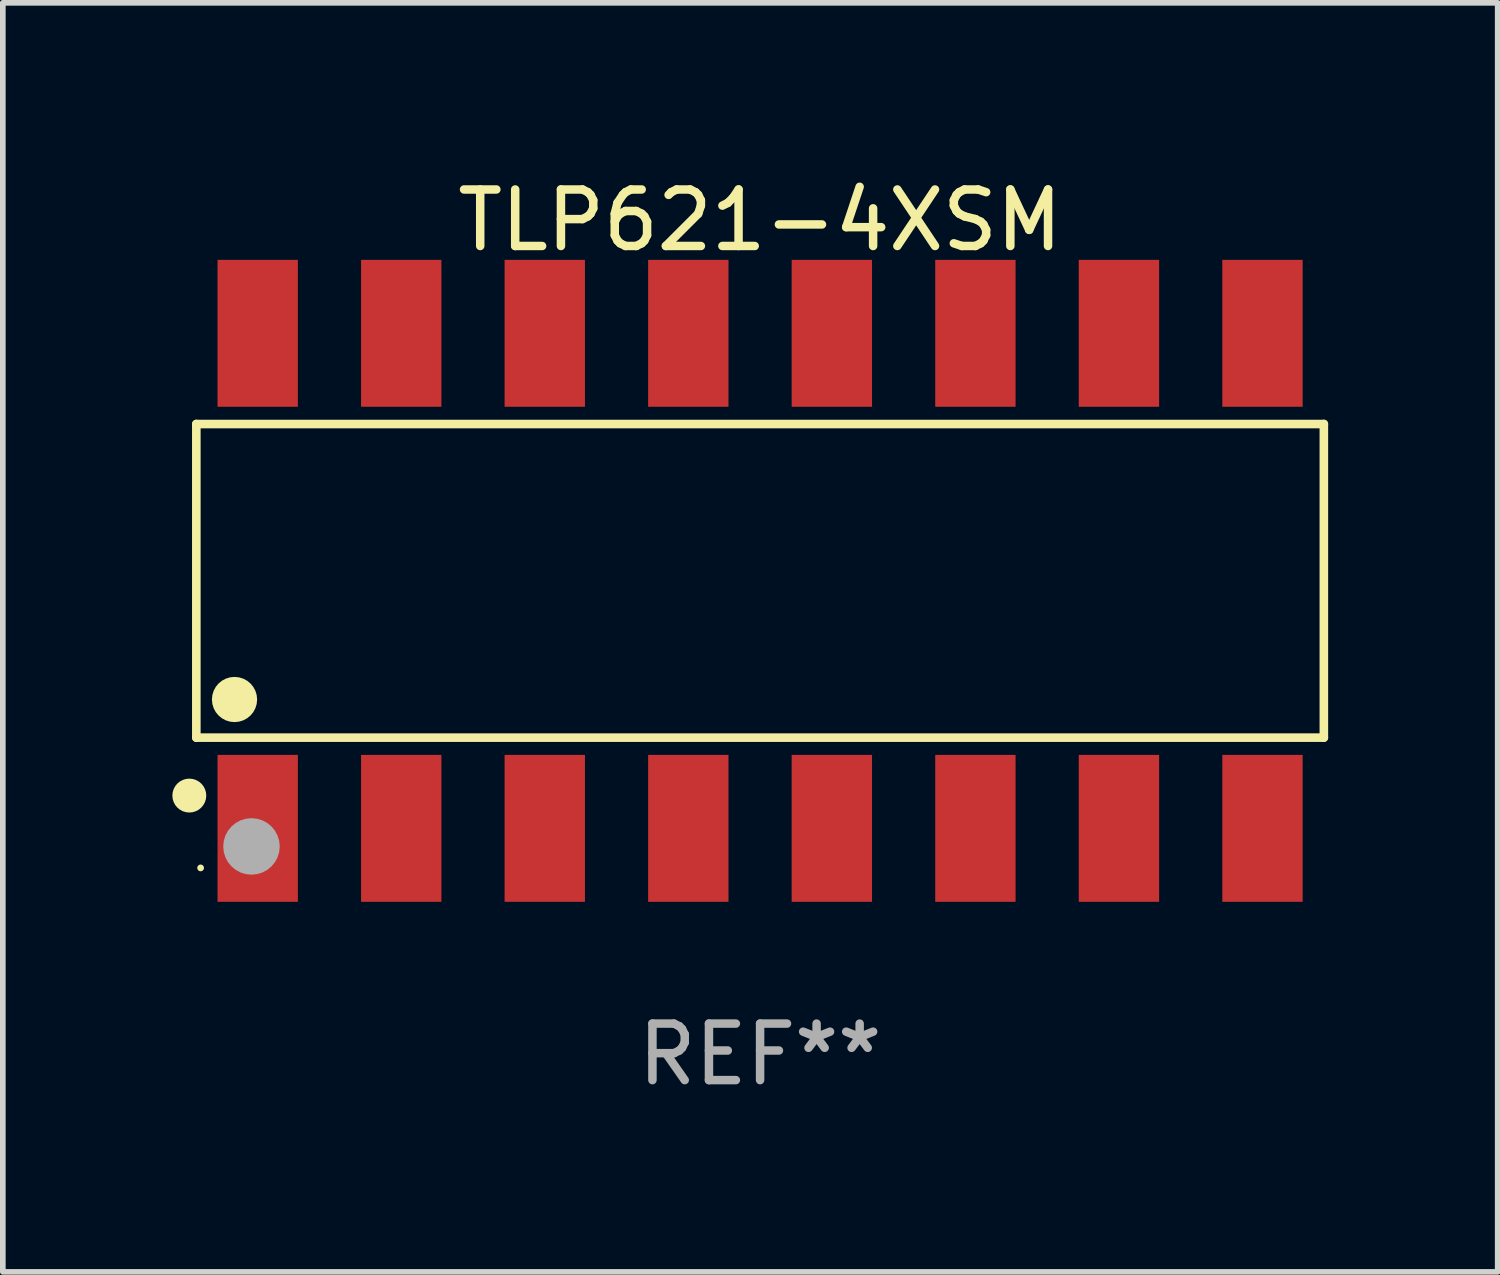
<source format=kicad_pcb>
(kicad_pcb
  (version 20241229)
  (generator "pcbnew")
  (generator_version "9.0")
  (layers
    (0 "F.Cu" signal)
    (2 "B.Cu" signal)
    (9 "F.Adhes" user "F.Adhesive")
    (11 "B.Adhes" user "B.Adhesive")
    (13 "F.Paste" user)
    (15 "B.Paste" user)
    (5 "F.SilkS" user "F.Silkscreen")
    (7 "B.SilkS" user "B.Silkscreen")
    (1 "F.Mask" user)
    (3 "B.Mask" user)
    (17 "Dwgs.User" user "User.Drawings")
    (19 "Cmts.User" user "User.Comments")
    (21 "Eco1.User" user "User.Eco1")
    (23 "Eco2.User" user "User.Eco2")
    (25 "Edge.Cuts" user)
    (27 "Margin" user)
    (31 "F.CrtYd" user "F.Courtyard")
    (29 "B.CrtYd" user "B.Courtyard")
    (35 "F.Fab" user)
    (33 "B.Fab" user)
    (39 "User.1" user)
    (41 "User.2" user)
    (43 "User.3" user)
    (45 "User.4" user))
  (footprint "TLP621-4XSM"
    (layer "F.Cu")
    (at 10.4 7.228)
    (property "Reference" "TLP621-4XSM" (at 0 -6.38 0) (layer "F.SilkS") (effects (font (size 1 1) (thickness 0.15))))
    (attr through_hole)
    (fp_line (start -9.976 -2.775) (end 9.976 -2.775) (stroke (width 0.152) (type solid)) (layer "F.SilkS"))
    (fp_line (start -9.976 2.775) (end -9.976 -2.775) (stroke (width 0.152) (type solid)) (layer "F.SilkS"))
    (fp_line (start 9.976 -2.775) (end 9.976 2.775) (stroke (width 0.152) (type solid)) (layer "F.SilkS"))
    (fp_line (start 9.976 2.775) (end -9.976 2.775) (stroke (width 0.152) (type solid)) (layer "F.SilkS"))
    (fp_circle (center -10.1 3.8) (end -9.95 3.8) (stroke (width 0.3) (type solid)) (fill no) (layer "F.SilkS"))
    (fp_circle (center -9.9 5.08) (end -9.87 5.08) (stroke (width 0.06) (type solid)) (fill no) (layer "F.SilkS"))
    (fp_circle (center -9.3 2.1) (end -9.1 2.1) (stroke (width 0.4) (type solid)) (fill no) (layer "F.SilkS"))
    (fp_circle (center -9 4.7) (end -8.75 4.7) (stroke (width 0.5) (type solid)) (fill no) (layer "F.Fab"))
    (fp_text user "REF**" (at 0 8.38 0) (layer "F.Fab") (effects (font (size 1 1) (thickness 0.15))))
    (pad "1" smd rect (at -8.89 4.38) (size 1.422 2.6) (layers "F.Cu" "F.Mask" "F.Paste"))
    (pad "2" smd rect (at -6.35 4.38) (size 1.422 2.6) (layers "F.Cu" "F.Mask" "F.Paste"))
    (pad "3" smd rect (at -3.81 4.38) (size 1.422 2.6) (layers "F.Cu" "F.Mask" "F.Paste"))
    (pad "4" smd rect (at -1.27 4.38) (size 1.422 2.6) (layers "F.Cu" "F.Mask" "F.Paste"))
    (pad "5" smd rect (at 1.27 4.38) (size 1.422 2.6) (layers "F.Cu" "F.Mask" "F.Paste"))
    (pad "6" smd rect (at 3.81 4.38) (size 1.422 2.6) (layers "F.Cu" "F.Mask" "F.Paste"))
    (pad "7" smd rect (at 6.35 4.38) (size 1.422 2.6) (layers "F.Cu" "F.Mask" "F.Paste"))
    (pad "8" smd rect (at 8.89 4.38) (size 1.422 2.6) (layers "F.Cu" "F.Mask" "F.Paste"))
    (pad "9" smd rect (at 8.89 -4.38) (size 1.422 2.6) (layers "F.Cu" "F.Mask" "F.Paste"))
    (pad "10" smd rect (at 6.35 -4.38) (size 1.422 2.6) (layers "F.Cu" "F.Mask" "F.Paste"))
    (pad "11" smd rect (at 3.81 -4.38) (size 1.422 2.6) (layers "F.Cu" "F.Mask" "F.Paste"))
    (pad "12" smd rect (at 1.27 -4.38) (size 1.422 2.6) (layers "F.Cu" "F.Mask" "F.Paste"))
    (pad "13" smd rect (at -1.27 -4.38) (size 1.422 2.6) (layers "F.Cu" "F.Mask" "F.Paste"))
    (pad "14" smd rect (at -3.81 -4.38) (size 1.422 2.6) (layers "F.Cu" "F.Mask" "F.Paste"))
    (pad "15" smd rect (at -6.35 -4.38) (size 1.422 2.6) (layers "F.Cu" "F.Mask" "F.Paste"))
    (pad "16" smd rect (at -8.89 -4.38) (size 1.422 2.6) (layers "F.Cu" "F.Mask" "F.Paste")))
  (gr_rect
    (start -3 -3)
    (end 23.452 19.456)
    (stroke (width 0.1) (type default))
    (fill no)
    (layer "Edge.Cuts")))
</source>
